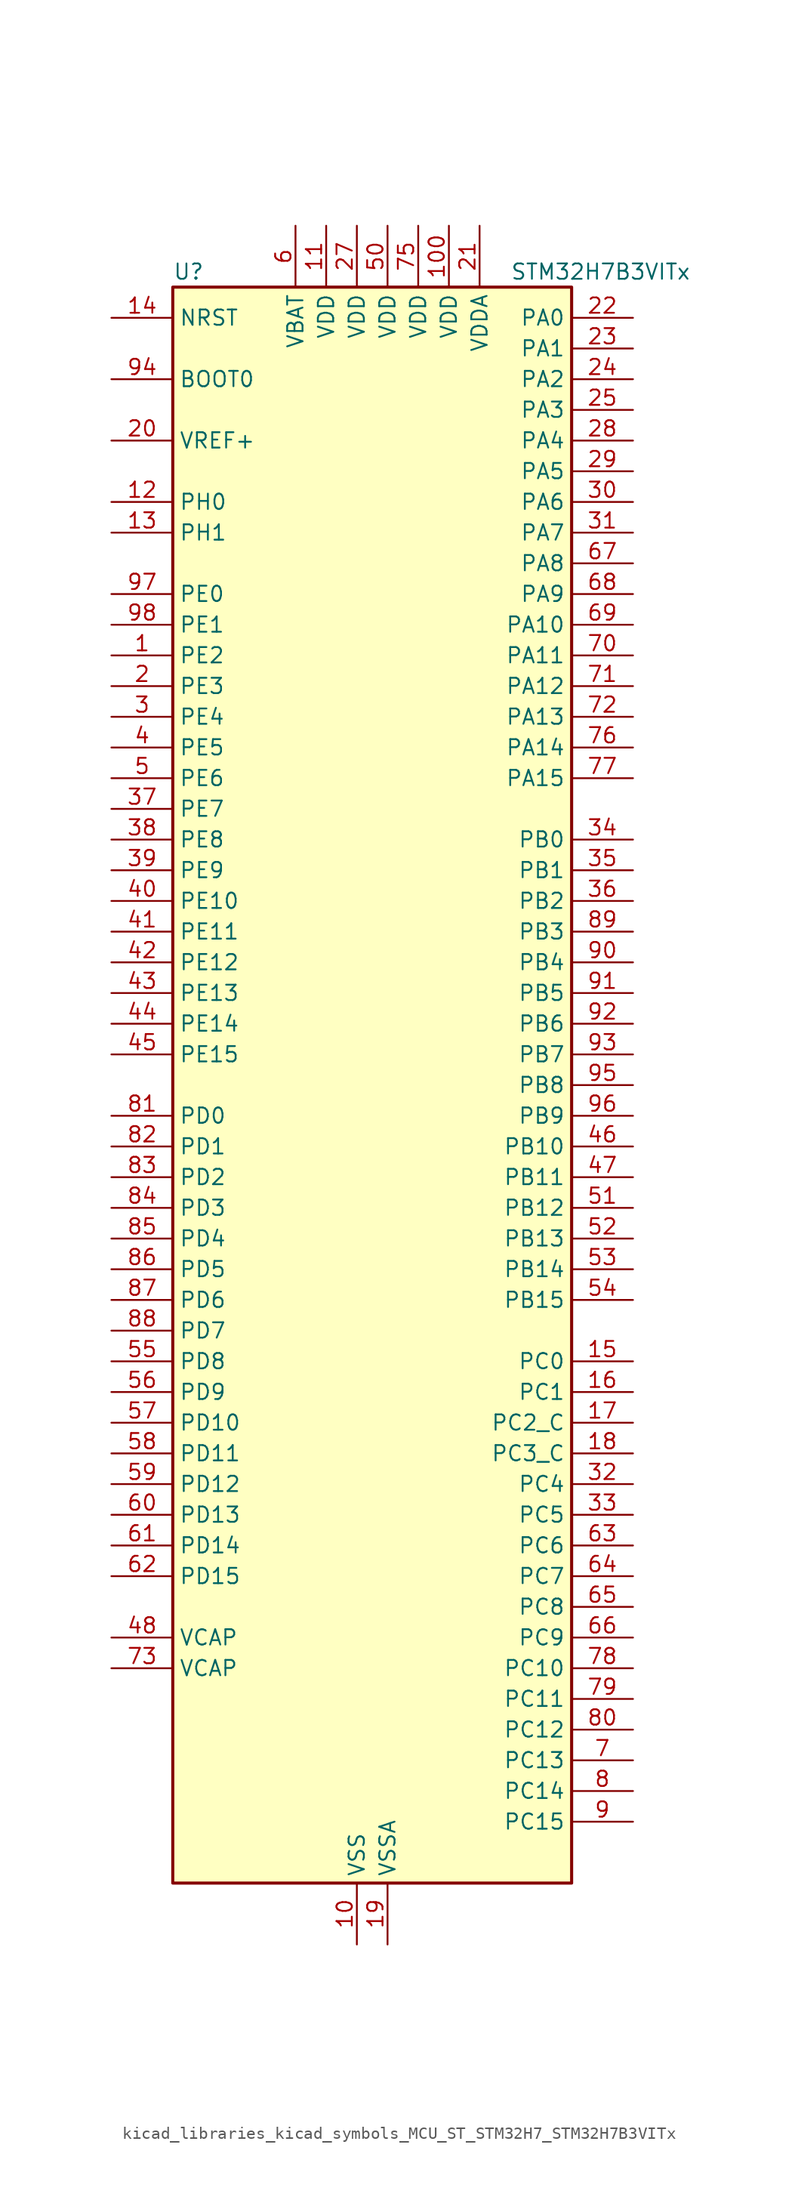
<source format=kicad_sym>
(kicad_symbol_lib
  (version 20220914)
  (generator kicad_symbol_editor)
  (symbol "kicad_libraries_kicad_symbols_MCU_ST_STM32H7_STM32H7B3VITx"
    (property "Reference" "U"
      (at -15.24 67.31 0)
      (effects (font (size 1.27 1.27)) (justify left)))
    (property "Value" "STM32H7B3VITx"
      (at 12.7 67.31 0)
      (effects (font (size 1.27 1.27)) (justify left)))
    (property "ki_locked" ""
      (at 0 0 0)
      (effects (font (size 1.27 1.27))))
    (symbol "kicad_libraries_kicad_symbols_MCU_ST_STM32H7_STM32H7B3VITx_0_1"
      (rectangle (start -15.24 -66.04) (end 17.78 66.04) (stroke (width 0.254) (type default)) (fill (type background))))
    (symbol "kicad_libraries_kicad_symbols_MCU_ST_STM32H7_STM32H7B3VITx_1_1"
      (pin bidirectional line (at -20.32 35.56 0) (length 5.08) (name "PE2" (effects (font (size 1.27 1.27)))) (number "1" (effects (font (size 1.27 1.27)))) (alternate "DEBUG_TRACECLK" bidirectional line) (alternate "FMC_A23" bidirectional line) (alternate "OCTOSPIM_P1_IO2" bidirectional line) (alternate "SAI1_CK1" bidirectional line) (alternate "SAI1_MCLK_A" bidirectional line) (alternate "SPI4_SCK" bidirectional line) (alternate "USART10_RX" bidirectional line))
      (pin power_in line (at 0 -71.12 90) (length 5.08) (name "VSS" (effects (font (size 1.27 1.27)))) (number "10" (effects (font (size 1.27 1.27)))))
      (pin power_in line (at 7.62 71.12 270) (length 5.08) (name "VDD" (effects (font (size 1.27 1.27)))) (number "100" (effects (font (size 1.27 1.27)))))
      (pin power_in line (at -2.54 71.12 270) (length 5.08) (name "VDD" (effects (font (size 1.27 1.27)))) (number "11" (effects (font (size 1.27 1.27)))))
      (pin bidirectional line (at -20.32 48.26 0) (length 5.08) (name "PH0" (effects (font (size 1.27 1.27)))) (number "12" (effects (font (size 1.27 1.27)))) (alternate "RCC_OSC_IN" bidirectional line))
      (pin bidirectional line (at -20.32 45.72 0) (length 5.08) (name "PH1" (effects (font (size 1.27 1.27)))) (number "13" (effects (font (size 1.27 1.27)))) (alternate "RCC_OSC_OUT" bidirectional line))
      (pin input line (at -20.32 63.5 0) (length 5.08) (name "NRST" (effects (font (size 1.27 1.27)))) (number "14" (effects (font (size 1.27 1.27)))))
      (pin bidirectional line (at 22.86 -22.86 180) (length 5.08) (name "PC0" (effects (font (size 1.27 1.27)))) (number "15" (effects (font (size 1.27 1.27)))) (alternate "ADC1_INP10" bidirectional line) (alternate "ADC2_INP10" bidirectional line) (alternate "DFSDM1_CKIN0" bidirectional line) (alternate "DFSDM1_DATIN4" bidirectional line) (alternate "FMC_A25" bidirectional line) (alternate "FMC_SDNWE" bidirectional line) (alternate "LTDC_G2" bidirectional line) (alternate "LTDC_R5" bidirectional line) (alternate "SAI2_FS_B" bidirectional line) (alternate "USB_OTG_HS_ULPI_STP" bidirectional line))
      (pin bidirectional line (at 22.86 -25.4 180) (length 5.08) (name "PC1" (effects (font (size 1.27 1.27)))) (number "16" (effects (font (size 1.27 1.27)))) (alternate "ADC1_INN10" bidirectional line) (alternate "ADC1_INP11" bidirectional line) (alternate "ADC2_INN10" bidirectional line) (alternate "ADC2_INP11" bidirectional line) (alternate "DEBUG_TRACED0" bidirectional line) (alternate "DFSDM1_CKIN4" bidirectional line) (alternate "DFSDM1_DATIN0" bidirectional line) (alternate "I2S2_SDO" bidirectional line) (alternate "LTDC_G5" bidirectional line) (alternate "MDIOS_MDC" bidirectional line) (alternate "OCTOSPIM_P1_IO4" bidirectional line) (alternate "PWR_WKUP6" bidirectional line) (alternate "RTC_TAMP3" bidirectional line) (alternate "SAI1_D1" bidirectional line) (alternate "SAI1_SD_A" bidirectional line) (alternate "SDMMC2_CK" bidirectional line) (alternate "SPI2_MOSI" bidirectional line))
      (pin bidirectional line (at 22.86 -27.94 180) (length 5.08) (name "PC2_C" (effects (font (size 1.27 1.27)))) (number "17" (effects (font (size 1.27 1.27)))) (alternate "ADC2_INN1" bidirectional line) (alternate "ADC2_INP0" bidirectional line) (alternate "DFSDM1_CKIN1" bidirectional line) (alternate "DFSDM1_CKOUT" bidirectional line) (alternate "FMC_SDNE0" bidirectional line) (alternate "I2S2_SDI" bidirectional line) (alternate "OCTOSPIM_P1_IO2" bidirectional line) (alternate "OCTOSPIM_P1_IO5" bidirectional line) (alternate "PWR_CSTOP" bidirectional line) (alternate "SPI2_MISO" bidirectional line) (alternate "USB_OTG_HS_ULPI_DIR" bidirectional line))
      (pin bidirectional line (at 22.86 -30.48 180) (length 5.08) (name "PC3_C" (effects (font (size 1.27 1.27)))) (number "18" (effects (font (size 1.27 1.27)))) (alternate "ADC2_INP1" bidirectional line) (alternate "DFSDM1_DATIN1" bidirectional line) (alternate "FMC_SDCKE0" bidirectional line) (alternate "I2S2_SDO" bidirectional line) (alternate "OCTOSPIM_P1_IO0" bidirectional line) (alternate "OCTOSPIM_P1_IO6" bidirectional line) (alternate "PWR_CSLEEP" bidirectional line) (alternate "SPI2_MOSI" bidirectional line) (alternate "USB_OTG_HS_ULPI_NXT" bidirectional line))
      (pin power_in line (at 2.54 -71.12 90) (length 5.08) (name "VSSA" (effects (font (size 1.27 1.27)))) (number "19" (effects (font (size 1.27 1.27)))))
      (pin bidirectional line (at -20.32 33.02 0) (length 5.08) (name "PE3" (effects (font (size 1.27 1.27)))) (number "2" (effects (font (size 1.27 1.27)))) (alternate "DEBUG_TRACED0" bidirectional line) (alternate "FMC_A19" bidirectional line) (alternate "SAI1_SD_B" bidirectional line) (alternate "TIM15_BKIN" bidirectional line) (alternate "USART10_TX" bidirectional line))
      (pin input line (at -20.32 53.34 0) (length 5.08) (name "VREF+" (effects (font (size 1.27 1.27)))) (number "20" (effects (font (size 1.27 1.27)))) (alternate "VREFBUF_OUT" bidirectional line))
      (pin power_in line (at 10.16 71.12 270) (length 5.08) (name "VDDA" (effects (font (size 1.27 1.27)))) (number "21" (effects (font (size 1.27 1.27)))))
      (pin bidirectional line (at 22.86 63.5 180) (length 5.08) (name "PA0" (effects (font (size 1.27 1.27)))) (number "22" (effects (font (size 1.27 1.27)))) (alternate "ADC1_INP16" bidirectional line) (alternate "I2S6_WS" bidirectional line) (alternate "PWR_WKUP1" bidirectional line) (alternate "SAI2_SD_B" bidirectional line) (alternate "SDMMC2_CMD" bidirectional line) (alternate "SPI6_NSS" bidirectional line) (alternate "TIM15_BKIN" bidirectional line) (alternate "TIM2_CH1" bidirectional line) (alternate "TIM2_ETR" bidirectional line) (alternate "TIM5_CH1" bidirectional line) (alternate "TIM8_ETR" bidirectional line) (alternate "UART4_TX" bidirectional line) (alternate "USART2_CTS" bidirectional line) (alternate "USART2_NSS" bidirectional line))
      (pin bidirectional line (at 22.86 60.96 180) (length 5.08) (name "PA1" (effects (font (size 1.27 1.27)))) (number "23" (effects (font (size 1.27 1.27)))) (alternate "ADC1_INN16" bidirectional line) (alternate "ADC1_INP17" bidirectional line) (alternate "LPTIM3_OUT" bidirectional line) (alternate "LTDC_R2" bidirectional line) (alternate "OCTOSPIM_P1_DQS" bidirectional line) (alternate "OCTOSPIM_P1_IO3" bidirectional line) (alternate "SAI2_MCLK_B" bidirectional line) (alternate "TIM15_CH1N" bidirectional line) (alternate "TIM2_CH2" bidirectional line) (alternate "TIM5_CH2" bidirectional line) (alternate "UART4_RX" bidirectional line) (alternate "USART2_DE" bidirectional line) (alternate "USART2_RTS" bidirectional line))
      (pin bidirectional line (at 22.86 58.42 180) (length 5.08) (name "PA2" (effects (font (size 1.27 1.27)))) (number "24" (effects (font (size 1.27 1.27)))) (alternate "ADC1_INP14" bidirectional line) (alternate "DFSDM2_CKIN1" bidirectional line) (alternate "LTDC_R1" bidirectional line) (alternate "MDIOS_MDIO" bidirectional line) (alternate "PWR_WKUP2" bidirectional line) (alternate "SAI2_SCK_B" bidirectional line) (alternate "TIM15_CH1" bidirectional line) (alternate "TIM2_CH3" bidirectional line) (alternate "TIM5_CH3" bidirectional line) (alternate "USART2_TX" bidirectional line))
      (pin bidirectional line (at 22.86 55.88 180) (length 5.08) (name "PA3" (effects (font (size 1.27 1.27)))) (number "25" (effects (font (size 1.27 1.27)))) (alternate "ADC1_INP15" bidirectional line) (alternate "I2S6_MCK" bidirectional line) (alternate "LTDC_B2" bidirectional line) (alternate "LTDC_B5" bidirectional line) (alternate "OCTOSPIM_P1_CLK" bidirectional line) (alternate "TIM15_CH2" bidirectional line) (alternate "TIM2_CH4" bidirectional line) (alternate "TIM5_CH4" bidirectional line) (alternate "USART2_RX" bidirectional line) (alternate "USB_OTG_HS_ULPI_D0" bidirectional line))
      (pin passive line (at 0 -71.12 90) (length 5.08) hide (name "VSS" (effects (font (size 1.27 1.27)))) (number "26" (effects (font (size 1.27 1.27)))))
      (pin power_in line (at 0 71.12 270) (length 5.08) (name "VDD" (effects (font (size 1.27 1.27)))) (number "27" (effects (font (size 1.27 1.27)))))
      (pin bidirectional line (at 22.86 53.34 180) (length 5.08) (name "PA4" (effects (font (size 1.27 1.27)))) (number "28" (effects (font (size 1.27 1.27)))) (alternate "ADC1_INP18" bidirectional line) (alternate "DAC1_OUT1" bidirectional line) (alternate "DCMI_HSYNC" bidirectional line) (alternate "I2S1_WS" bidirectional line) (alternate "I2S3_WS" bidirectional line) (alternate "I2S6_WS" bidirectional line) (alternate "LTDC_VSYNC" bidirectional line) (alternate "PSSI_DE" bidirectional line) (alternate "SPI1_NSS" bidirectional line) (alternate "SPI3_NSS" bidirectional line) (alternate "SPI6_NSS" bidirectional line) (alternate "TIM5_ETR" bidirectional line) (alternate "USART2_CK" bidirectional line))
      (pin bidirectional line (at 22.86 50.8 180) (length 5.08) (name "PA5" (effects (font (size 1.27 1.27)))) (number "29" (effects (font (size 1.27 1.27)))) (alternate "ADC1_INN18" bidirectional line) (alternate "ADC1_INP19" bidirectional line) (alternate "DAC1_OUT2" bidirectional line) (alternate "I2S1_CK" bidirectional line) (alternate "I2S6_CK" bidirectional line) (alternate "LTDC_R4" bidirectional line) (alternate "PSSI_D14" bidirectional line) (alternate "PWR_NDSTOP2" bidirectional line) (alternate "SPI1_SCK" bidirectional line) (alternate "SPI6_SCK" bidirectional line) (alternate "TIM2_CH1" bidirectional line) (alternate "TIM2_ETR" bidirectional line) (alternate "TIM8_CH1N" bidirectional line) (alternate "USB_OTG_HS_ULPI_CK" bidirectional line))
      (pin bidirectional line (at -20.32 30.48 0) (length 5.08) (name "PE4" (effects (font (size 1.27 1.27)))) (number "3" (effects (font (size 1.27 1.27)))) (alternate "DCMI_D4" bidirectional line) (alternate "DEBUG_TRACED1" bidirectional line) (alternate "DFSDM1_DATIN3" bidirectional line) (alternate "FMC_A20" bidirectional line) (alternate "LTDC_B0" bidirectional line) (alternate "PSSI_D4" bidirectional line) (alternate "SAI1_D2" bidirectional line) (alternate "SAI1_FS_A" bidirectional line) (alternate "SPI4_NSS" bidirectional line) (alternate "TIM15_CH1N" bidirectional line))
      (pin bidirectional line (at 22.86 48.26 180) (length 5.08) (name "PA6" (effects (font (size 1.27 1.27)))) (number "30" (effects (font (size 1.27 1.27)))) (alternate "ADC1_INP3" bidirectional line) (alternate "ADC2_INP3" bidirectional line) (alternate "DAC2_OUT1" bidirectional line) (alternate "DCMI_PIXCLK" bidirectional line) (alternate "I2S1_SDI" bidirectional line) (alternate "I2S6_SDI" bidirectional line) (alternate "LTDC_G2" bidirectional line) (alternate "MDIOS_MDC" bidirectional line) (alternate "OCTOSPIM_P1_IO3" bidirectional line) (alternate "PSSI_PDCK" bidirectional line) (alternate "SPI1_MISO" bidirectional line) (alternate "SPI6_MISO" bidirectional line) (alternate "TIM13_CH1" bidirectional line) (alternate "TIM1_BKIN" bidirectional line) (alternate "TIM1_BKIN_COMP1" bidirectional line) (alternate "TIM1_BKIN_COMP2" bidirectional line) (alternate "TIM3_CH1" bidirectional line) (alternate "TIM8_BKIN" bidirectional line) (alternate "TIM8_BKIN_COMP1" bidirectional line) (alternate "TIM8_BKIN_COMP2" bidirectional line))
      (pin bidirectional line (at 22.86 45.72 180) (length 5.08) (name "PA7" (effects (font (size 1.27 1.27)))) (number "31" (effects (font (size 1.27 1.27)))) (alternate "ADC1_INN3" bidirectional line) (alternate "ADC1_INP7" bidirectional line) (alternate "ADC2_INN3" bidirectional line) (alternate "ADC2_INP7" bidirectional line) (alternate "DFSDM2_DATIN1" bidirectional line) (alternate "FMC_SDNWE" bidirectional line) (alternate "I2S1_SDO" bidirectional line) (alternate "I2S6_SDO" bidirectional line) (alternate "LTDC_VSYNC" bidirectional line) (alternate "OCTOSPIM_P1_IO2" bidirectional line) (alternate "OPAMP1_VINM" bidirectional line) (alternate "SPI1_MOSI" bidirectional line) (alternate "SPI6_MOSI" bidirectional line) (alternate "TIM14_CH1" bidirectional line) (alternate "TIM1_CH1N" bidirectional line) (alternate "TIM3_CH2" bidirectional line) (alternate "TIM8_CH1N" bidirectional line))
      (pin bidirectional line (at 22.86 -33.02 180) (length 5.08) (name "PC4" (effects (font (size 1.27 1.27)))) (number "32" (effects (font (size 1.27 1.27)))) (alternate "ADC1_INP4" bidirectional line) (alternate "ADC2_INP4" bidirectional line) (alternate "COMP1_INM" bidirectional line) (alternate "DFSDM1_CKIN2" bidirectional line) (alternate "FMC_SDNE0" bidirectional line) (alternate "I2S1_MCK" bidirectional line) (alternate "LTDC_R7" bidirectional line) (alternate "OPAMP1_VOUT" bidirectional line) (alternate "SPDIFRX_IN2" bidirectional line))
      (pin bidirectional line (at 22.86 -35.56 180) (length 5.08) (name "PC5" (effects (font (size 1.27 1.27)))) (number "33" (effects (font (size 1.27 1.27)))) (alternate "ADC1_INN4" bidirectional line) (alternate "ADC1_INP8" bidirectional line) (alternate "ADC2_INN4" bidirectional line) (alternate "ADC2_INP8" bidirectional line) (alternate "COMP1_OUT" bidirectional line) (alternate "DFSDM1_DATIN2" bidirectional line) (alternate "FMC_SDCKE0" bidirectional line) (alternate "LTDC_DE" bidirectional line) (alternate "OCTOSPIM_P1_DQS" bidirectional line) (alternate "OPAMP1_VINM" bidirectional line) (alternate "PSSI_D15" bidirectional line) (alternate "SAI1_D3" bidirectional line) (alternate "SPDIFRX_IN3" bidirectional line))
      (pin bidirectional line (at 22.86 20.32 180) (length 5.08) (name "PB0" (effects (font (size 1.27 1.27)))) (number "34" (effects (font (size 1.27 1.27)))) (alternate "ADC1_INN5" bidirectional line) (alternate "ADC1_INP9" bidirectional line) (alternate "ADC2_INN5" bidirectional line) (alternate "ADC2_INP9" bidirectional line) (alternate "COMP1_INP" bidirectional line) (alternate "DFSDM1_CKOUT" bidirectional line) (alternate "DFSDM2_CKOUT" bidirectional line) (alternate "LTDC_G1" bidirectional line) (alternate "LTDC_R3" bidirectional line) (alternate "OCTOSPIM_P1_IO1" bidirectional line) (alternate "OPAMP1_VINP" bidirectional line) (alternate "TIM1_CH2N" bidirectional line) (alternate "TIM3_CH3" bidirectional line) (alternate "TIM8_CH2N" bidirectional line) (alternate "UART4_CTS" bidirectional line) (alternate "USB_OTG_HS_ULPI_D1" bidirectional line))
      (pin bidirectional line (at 22.86 17.78 180) (length 5.08) (name "PB1" (effects (font (size 1.27 1.27)))) (number "35" (effects (font (size 1.27 1.27)))) (alternate "ADC1_INP5" bidirectional line) (alternate "ADC2_INP5" bidirectional line) (alternate "COMP1_INM" bidirectional line) (alternate "DFSDM1_DATIN1" bidirectional line) (alternate "LTDC_G0" bidirectional line) (alternate "LTDC_R6" bidirectional line) (alternate "OCTOSPIM_P1_IO0" bidirectional line) (alternate "TIM1_CH3N" bidirectional line) (alternate "TIM3_CH4" bidirectional line) (alternate "TIM8_CH3N" bidirectional line) (alternate "USB_OTG_HS_ULPI_D2" bidirectional line))
      (pin bidirectional line (at 22.86 15.24 180) (length 5.08) (name "PB2" (effects (font (size 1.27 1.27)))) (number "36" (effects (font (size 1.27 1.27)))) (alternate "COMP1_INP" bidirectional line) (alternate "DFSDM1_CKIN1" bidirectional line) (alternate "I2S3_SDO" bidirectional line) (alternate "OCTOSPIM_P1_CLK" bidirectional line) (alternate "OCTOSPIM_P1_DQS" bidirectional line) (alternate "RTC_OUT_ALARM" bidirectional line) (alternate "RTC_OUT_CALIB" bidirectional line) (alternate "SAI1_D1" bidirectional line) (alternate "SAI1_SD_A" bidirectional line) (alternate "SPI3_MOSI" bidirectional line))
      (pin bidirectional line (at -20.32 22.86 0) (length 5.08) (name "PE7" (effects (font (size 1.27 1.27)))) (number "37" (effects (font (size 1.27 1.27)))) (alternate "COMP2_INM" bidirectional line) (alternate "DFSDM1_DATIN2" bidirectional line) (alternate "FMC_D4" bidirectional line) (alternate "FMC_DA4" bidirectional line) (alternate "OCTOSPIM_P1_IO4" bidirectional line) (alternate "OPAMP2_VOUT" bidirectional line) (alternate "TIM1_ETR" bidirectional line) (alternate "UART7_RX" bidirectional line))
      (pin bidirectional line (at -20.32 20.32 0) (length 5.08) (name "PE8" (effects (font (size 1.27 1.27)))) (number "38" (effects (font (size 1.27 1.27)))) (alternate "COMP2_OUT" bidirectional line) (alternate "DFSDM1_CKIN2" bidirectional line) (alternate "FMC_D5" bidirectional line) (alternate "FMC_DA5" bidirectional line) (alternate "OCTOSPIM_P1_IO5" bidirectional line) (alternate "OPAMP2_VINM" bidirectional line) (alternate "TIM1_CH1N" bidirectional line) (alternate "UART7_TX" bidirectional line))
      (pin bidirectional line (at -20.32 17.78 0) (length 5.08) (name "PE9" (effects (font (size 1.27 1.27)))) (number "39" (effects (font (size 1.27 1.27)))) (alternate "COMP2_INP" bidirectional line) (alternate "DAC1_EXTI9" bidirectional line) (alternate "DFSDM1_CKOUT" bidirectional line) (alternate "FMC_D6" bidirectional line) (alternate "FMC_DA6" bidirectional line) (alternate "OCTOSPIM_P1_IO6" bidirectional line) (alternate "OPAMP2_VINP" bidirectional line) (alternate "TIM1_CH1" bidirectional line) (alternate "UART7_DE" bidirectional line) (alternate "UART7_RTS" bidirectional line))
      (pin bidirectional line (at -20.32 27.94 0) (length 5.08) (name "PE5" (effects (font (size 1.27 1.27)))) (number "4" (effects (font (size 1.27 1.27)))) (alternate "DCMI_D6" bidirectional line) (alternate "DEBUG_TRACED2" bidirectional line) (alternate "DFSDM1_CKIN3" bidirectional line) (alternate "FMC_A21" bidirectional line) (alternate "LTDC_G0" bidirectional line) (alternate "PSSI_D6" bidirectional line) (alternate "SAI1_CK2" bidirectional line) (alternate "SAI1_SCK_A" bidirectional line) (alternate "SPI4_MISO" bidirectional line) (alternate "TIM15_CH1" bidirectional line))
      (pin bidirectional line (at -20.32 15.24 0) (length 5.08) (name "PE10" (effects (font (size 1.27 1.27)))) (number "40" (effects (font (size 1.27 1.27)))) (alternate "COMP2_INM" bidirectional line) (alternate "DFSDM1_DATIN4" bidirectional line) (alternate "FMC_D7" bidirectional line) (alternate "FMC_DA7" bidirectional line) (alternate "OCTOSPIM_P1_IO7" bidirectional line) (alternate "TIM1_CH2N" bidirectional line) (alternate "UART7_CTS" bidirectional line))
      (pin bidirectional line (at -20.32 12.7 0) (length 5.08) (name "PE11" (effects (font (size 1.27 1.27)))) (number "41" (effects (font (size 1.27 1.27)))) (alternate "ADC1_EXTI11" bidirectional line) (alternate "ADC2_EXTI11" bidirectional line) (alternate "COMP2_INP" bidirectional line) (alternate "DFSDM1_CKIN4" bidirectional line) (alternate "FMC_D8" bidirectional line) (alternate "FMC_DA8" bidirectional line) (alternate "LTDC_G3" bidirectional line) (alternate "OCTOSPIM_P1_NCS" bidirectional line) (alternate "SAI2_SD_B" bidirectional line) (alternate "SPI4_NSS" bidirectional line) (alternate "TIM1_CH2" bidirectional line))
      (pin bidirectional line (at -20.32 10.16 0) (length 5.08) (name "PE12" (effects (font (size 1.27 1.27)))) (number "42" (effects (font (size 1.27 1.27)))) (alternate "COMP1_OUT" bidirectional line) (alternate "DFSDM1_DATIN5" bidirectional line) (alternate "FMC_D9" bidirectional line) (alternate "FMC_DA9" bidirectional line) (alternate "LTDC_B4" bidirectional line) (alternate "SAI2_SCK_B" bidirectional line) (alternate "SPI4_SCK" bidirectional line) (alternate "TIM1_CH3N" bidirectional line))
      (pin bidirectional line (at -20.32 7.62 0) (length 5.08) (name "PE13" (effects (font (size 1.27 1.27)))) (number "43" (effects (font (size 1.27 1.27)))) (alternate "COMP2_OUT" bidirectional line) (alternate "DFSDM1_CKIN5" bidirectional line) (alternate "FMC_D10" bidirectional line) (alternate "FMC_DA10" bidirectional line) (alternate "LTDC_DE" bidirectional line) (alternate "SAI2_FS_B" bidirectional line) (alternate "SPI4_MISO" bidirectional line) (alternate "TIM1_CH3" bidirectional line))
      (pin bidirectional line (at -20.32 5.08 0) (length 5.08) (name "PE14" (effects (font (size 1.27 1.27)))) (number "44" (effects (font (size 1.27 1.27)))) (alternate "FMC_D11" bidirectional line) (alternate "FMC_DA11" bidirectional line) (alternate "LTDC_CLK" bidirectional line) (alternate "SAI2_MCLK_B" bidirectional line) (alternate "SPI4_MOSI" bidirectional line) (alternate "TIM1_CH4" bidirectional line))
      (pin bidirectional line (at -20.32 2.54 0) (length 5.08) (name "PE15" (effects (font (size 1.27 1.27)))) (number "45" (effects (font (size 1.27 1.27)))) (alternate "ADC1_EXTI15" bidirectional line) (alternate "ADC2_EXTI15" bidirectional line) (alternate "FMC_D12" bidirectional line) (alternate "FMC_DA12" bidirectional line) (alternate "LTDC_R7" bidirectional line) (alternate "TIM1_BKIN" bidirectional line) (alternate "TIM1_BKIN_COMP1" bidirectional line) (alternate "TIM1_BKIN_COMP2" bidirectional line) (alternate "USART10_CK" bidirectional line))
      (pin bidirectional line (at 22.86 -5.08 180) (length 5.08) (name "PB10" (effects (font (size 1.27 1.27)))) (number "46" (effects (font (size 1.27 1.27)))) (alternate "DFSDM1_DATIN7" bidirectional line) (alternate "I2C2_SCL" bidirectional line) (alternate "I2S2_CK" bidirectional line) (alternate "LPTIM2_IN1" bidirectional line) (alternate "LTDC_G4" bidirectional line) (alternate "OCTOSPIM_P1_NCS" bidirectional line) (alternate "SPI2_SCK" bidirectional line) (alternate "TIM2_CH3" bidirectional line) (alternate "USART3_TX" bidirectional line) (alternate "USB_OTG_HS_ULPI_D3" bidirectional line))
      (pin bidirectional line (at 22.86 -7.62 180) (length 5.08) (name "PB11" (effects (font (size 1.27 1.27)))) (number "47" (effects (font (size 1.27 1.27)))) (alternate "ADC1_EXTI11" bidirectional line) (alternate "ADC2_EXTI11" bidirectional line) (alternate "DFSDM1_CKIN7" bidirectional line) (alternate "I2C2_SDA" bidirectional line) (alternate "LPTIM2_ETR" bidirectional line) (alternate "LTDC_G5" bidirectional line) (alternate "TIM2_CH4" bidirectional line) (alternate "USART3_RX" bidirectional line) (alternate "USB_OTG_HS_ULPI_D4" bidirectional line))
      (pin power_out line (at -20.32 -45.72 0) (length 5.08) (name "VCAP" (effects (font (size 1.27 1.27)))) (number "48" (effects (font (size 1.27 1.27)))))
      (pin passive line (at 0 -71.12 90) (length 5.08) hide (name "VSS" (effects (font (size 1.27 1.27)))) (number "49" (effects (font (size 1.27 1.27)))))
      (pin bidirectional line (at -20.32 25.4 0) (length 5.08) (name "PE6" (effects (font (size 1.27 1.27)))) (number "5" (effects (font (size 1.27 1.27)))) (alternate "DCMI_D7" bidirectional line) (alternate "DEBUG_TRACED3" bidirectional line) (alternate "FMC_A22" bidirectional line) (alternate "LTDC_G1" bidirectional line) (alternate "PSSI_D7" bidirectional line) (alternate "SAI1_D1" bidirectional line) (alternate "SAI1_SD_A" bidirectional line) (alternate "SAI2_MCLK_B" bidirectional line) (alternate "SPI4_MOSI" bidirectional line) (alternate "TIM15_CH2" bidirectional line) (alternate "TIM1_BKIN2" bidirectional line) (alternate "TIM1_BKIN2_COMP1" bidirectional line) (alternate "TIM1_BKIN2_COMP2" bidirectional line))
      (pin power_in line (at 2.54 71.12 270) (length 5.08) (name "VDD" (effects (font (size 1.27 1.27)))) (number "50" (effects (font (size 1.27 1.27)))))
      (pin bidirectional line (at 22.86 -10.16 180) (length 5.08) (name "PB12" (effects (font (size 1.27 1.27)))) (number "51" (effects (font (size 1.27 1.27)))) (alternate "DFSDM1_DATIN1" bidirectional line) (alternate "DFSDM2_DATIN1" bidirectional line) (alternate "FDCAN2_RX" bidirectional line) (alternate "I2C2_SMBA" bidirectional line) (alternate "I2S2_WS" bidirectional line) (alternate "OCTOSPIM_P1_NCLK" bidirectional line) (alternate "SPI2_NSS" bidirectional line) (alternate "TIM1_BKIN" bidirectional line) (alternate "TIM1_BKIN_COMP1" bidirectional line) (alternate "TIM1_BKIN_COMP2" bidirectional line) (alternate "UART5_RX" bidirectional line) (alternate "USART3_CK" bidirectional line) (alternate "USB_OTG_HS_ULPI_D5" bidirectional line))
      (pin bidirectional line (at 22.86 -12.7 180) (length 5.08) (name "PB13" (effects (font (size 1.27 1.27)))) (number "52" (effects (font (size 1.27 1.27)))) (alternate "DCMI_D2" bidirectional line) (alternate "DFSDM1_CKIN1" bidirectional line) (alternate "DFSDM2_CKIN1" bidirectional line) (alternate "FDCAN2_TX" bidirectional line) (alternate "I2S2_CK" bidirectional line) (alternate "LPTIM2_OUT" bidirectional line) (alternate "PSSI_D2" bidirectional line) (alternate "SDMMC1_D0" bidirectional line) (alternate "SPI2_SCK" bidirectional line) (alternate "TIM1_CH1N" bidirectional line) (alternate "UART5_TX" bidirectional line) (alternate "USART3_CTS" bidirectional line) (alternate "USART3_NSS" bidirectional line) (alternate "USB_OTG_HS_ULPI_D6" bidirectional line))
      (pin bidirectional line (at 22.86 -15.24 180) (length 5.08) (name "PB14" (effects (font (size 1.27 1.27)))) (number "53" (effects (font (size 1.27 1.27)))) (alternate "DFSDM1_DATIN2" bidirectional line) (alternate "I2S2_SDI" bidirectional line) (alternate "LTDC_CLK" bidirectional line) (alternate "SDMMC2_D0" bidirectional line) (alternate "SPI2_MISO" bidirectional line) (alternate "TIM12_CH1" bidirectional line) (alternate "TIM1_CH2N" bidirectional line) (alternate "TIM8_CH2N" bidirectional line) (alternate "UART4_DE" bidirectional line) (alternate "UART4_RTS" bidirectional line) (alternate "USART1_TX" bidirectional line) (alternate "USART3_DE" bidirectional line) (alternate "USART3_RTS" bidirectional line))
      (pin bidirectional line (at 22.86 -17.78 180) (length 5.08) (name "PB15" (effects (font (size 1.27 1.27)))) (number "54" (effects (font (size 1.27 1.27)))) (alternate "ADC1_EXTI15" bidirectional line) (alternate "ADC2_EXTI15" bidirectional line) (alternate "DFSDM1_CKIN2" bidirectional line) (alternate "I2S2_SDO" bidirectional line) (alternate "LTDC_G7" bidirectional line) (alternate "RTC_REFIN" bidirectional line) (alternate "SDMMC2_D1" bidirectional line) (alternate "SPI2_MOSI" bidirectional line) (alternate "TIM12_CH2" bidirectional line) (alternate "TIM1_CH3N" bidirectional line) (alternate "TIM8_CH3N" bidirectional line) (alternate "UART4_CTS" bidirectional line) (alternate "USART1_RX" bidirectional line))
      (pin bidirectional line (at -20.32 -22.86 0) (length 5.08) (name "PD8" (effects (font (size 1.27 1.27)))) (number "55" (effects (font (size 1.27 1.27)))) (alternate "DFSDM1_CKIN3" bidirectional line) (alternate "FMC_D13" bidirectional line) (alternate "FMC_DA13" bidirectional line) (alternate "SPDIFRX_IN1" bidirectional line) (alternate "USART3_TX" bidirectional line))
      (pin bidirectional line (at -20.32 -25.4 0) (length 5.08) (name "PD9" (effects (font (size 1.27 1.27)))) (number "56" (effects (font (size 1.27 1.27)))) (alternate "DAC1_EXTI9" bidirectional line) (alternate "DFSDM1_DATIN3" bidirectional line) (alternate "FMC_D14" bidirectional line) (alternate "FMC_DA14" bidirectional line) (alternate "USART3_RX" bidirectional line))
      (pin bidirectional line (at -20.32 -27.94 0) (length 5.08) (name "PD10" (effects (font (size 1.27 1.27)))) (number "57" (effects (font (size 1.27 1.27)))) (alternate "DFSDM1_CKOUT" bidirectional line) (alternate "DFSDM2_CKOUT" bidirectional line) (alternate "FMC_D15" bidirectional line) (alternate "FMC_DA15" bidirectional line) (alternate "LTDC_B3" bidirectional line) (alternate "USART3_CK" bidirectional line))
      (pin bidirectional line (at -20.32 -30.48 0) (length 5.08) (name "PD11" (effects (font (size 1.27 1.27)))) (number "58" (effects (font (size 1.27 1.27)))) (alternate "ADC1_EXTI11" bidirectional line) (alternate "ADC2_EXTI11" bidirectional line) (alternate "FMC_A16" bidirectional line) (alternate "FMC_CLE" bidirectional line) (alternate "I2C4_SMBA" bidirectional line) (alternate "LPTIM2_IN2" bidirectional line) (alternate "OCTOSPIM_P1_IO0" bidirectional line) (alternate "SAI2_SD_A" bidirectional line) (alternate "USART3_CTS" bidirectional line) (alternate "USART3_NSS" bidirectional line))
      (pin bidirectional line (at -20.32 -33.02 0) (length 5.08) (name "PD12" (effects (font (size 1.27 1.27)))) (number "59" (effects (font (size 1.27 1.27)))) (alternate "DCMI_D12" bidirectional line) (alternate "FMC_A17" bidirectional line) (alternate "FMC_ALE" bidirectional line) (alternate "I2C4_SCL" bidirectional line) (alternate "LPTIM1_IN1" bidirectional line) (alternate "LPTIM2_IN1" bidirectional line) (alternate "OCTOSPIM_P1_IO1" bidirectional line) (alternate "PSSI_D12" bidirectional line) (alternate "SAI2_FS_A" bidirectional line) (alternate "TIM4_CH1" bidirectional line) (alternate "USART3_DE" bidirectional line) (alternate "USART3_RTS" bidirectional line))
      (pin power_in line (at -5.08 71.12 270) (length 5.08) (name "VBAT" (effects (font (size 1.27 1.27)))) (number "6" (effects (font (size 1.27 1.27)))))
      (pin bidirectional line (at -20.32 -35.56 0) (length 5.08) (name "PD13" (effects (font (size 1.27 1.27)))) (number "60" (effects (font (size 1.27 1.27)))) (alternate "DCMI_D13" bidirectional line) (alternate "FMC_A18" bidirectional line) (alternate "I2C4_SDA" bidirectional line) (alternate "LPTIM1_OUT" bidirectional line) (alternate "OCTOSPIM_P1_IO3" bidirectional line) (alternate "PSSI_D13" bidirectional line) (alternate "SAI2_SCK_A" bidirectional line) (alternate "TIM4_CH2" bidirectional line) (alternate "UART9_DE" bidirectional line) (alternate "UART9_RTS" bidirectional line))
      (pin bidirectional line (at -20.32 -38.1 0) (length 5.08) (name "PD14" (effects (font (size 1.27 1.27)))) (number "61" (effects (font (size 1.27 1.27)))) (alternate "FMC_D0" bidirectional line) (alternate "FMC_DA0" bidirectional line) (alternate "TIM4_CH3" bidirectional line) (alternate "UART8_CTS" bidirectional line) (alternate "UART9_RX" bidirectional line))
      (pin bidirectional line (at -20.32 -40.64 0) (length 5.08) (name "PD15" (effects (font (size 1.27 1.27)))) (number "62" (effects (font (size 1.27 1.27)))) (alternate "ADC1_EXTI15" bidirectional line) (alternate "ADC2_EXTI15" bidirectional line) (alternate "FMC_D1" bidirectional line) (alternate "FMC_DA1" bidirectional line) (alternate "TIM4_CH4" bidirectional line) (alternate "UART8_DE" bidirectional line) (alternate "UART8_RTS" bidirectional line) (alternate "UART9_TX" bidirectional line))
      (pin bidirectional line (at 22.86 -38.1 180) (length 5.08) (name "PC6" (effects (font (size 1.27 1.27)))) (number "63" (effects (font (size 1.27 1.27)))) (alternate "DCMI_D0" bidirectional line) (alternate "DFSDM1_CKIN3" bidirectional line) (alternate "FMC_NWAIT" bidirectional line) (alternate "I2S2_MCK" bidirectional line) (alternate "LTDC_HSYNC" bidirectional line) (alternate "PSSI_D0" bidirectional line) (alternate "SDMMC1_D0DIR" bidirectional line) (alternate "SDMMC1_D6" bidirectional line) (alternate "SDMMC2_D6" bidirectional line) (alternate "SWPMI1_IO" bidirectional line) (alternate "TIM3_CH1" bidirectional line) (alternate "TIM8_CH1" bidirectional line) (alternate "USART6_TX" bidirectional line))
      (pin bidirectional line (at 22.86 -40.64 180) (length 5.08) (name "PC7" (effects (font (size 1.27 1.27)))) (number "64" (effects (font (size 1.27 1.27)))) (alternate "DCMI_D1" bidirectional line) (alternate "DEBUG_TRGIO" bidirectional line) (alternate "DFSDM1_DATIN3" bidirectional line) (alternate "FMC_NE1" bidirectional line) (alternate "I2S3_MCK" bidirectional line) (alternate "LTDC_G6" bidirectional line) (alternate "PSSI_D1" bidirectional line) (alternate "SDMMC1_D123DIR" bidirectional line) (alternate "SDMMC1_D7" bidirectional line) (alternate "SDMMC2_D7" bidirectional line) (alternate "SWPMI1_TX" bidirectional line) (alternate "TIM3_CH2" bidirectional line) (alternate "TIM8_CH2" bidirectional line) (alternate "USART6_RX" bidirectional line))
      (pin bidirectional line (at 22.86 -43.18 180) (length 5.08) (name "PC8" (effects (font (size 1.27 1.27)))) (number "65" (effects (font (size 1.27 1.27)))) (alternate "DCMI_D2" bidirectional line) (alternate "DEBUG_TRACED1" bidirectional line) (alternate "FMC_INT" bidirectional line) (alternate "FMC_NCE" bidirectional line) (alternate "FMC_NE2" bidirectional line) (alternate "PSSI_D2" bidirectional line) (alternate "SDMMC1_D0" bidirectional line) (alternate "SWPMI1_RX" bidirectional line) (alternate "TIM3_CH3" bidirectional line) (alternate "TIM8_CH3" bidirectional line) (alternate "UART5_DE" bidirectional line) (alternate "UART5_RTS" bidirectional line) (alternate "USART6_CK" bidirectional line))
      (pin bidirectional line (at 22.86 -45.72 180) (length 5.08) (name "PC9" (effects (font (size 1.27 1.27)))) (number "66" (effects (font (size 1.27 1.27)))) (alternate "DAC1_EXTI9" bidirectional line) (alternate "DCMI_D3" bidirectional line) (alternate "I2C3_SDA" bidirectional line) (alternate "I2S_CKIN" bidirectional line) (alternate "LTDC_B2" bidirectional line) (alternate "LTDC_G3" bidirectional line) (alternate "OCTOSPIM_P1_IO0" bidirectional line) (alternate "PSSI_D3" bidirectional line) (alternate "RCC_MCO_2" bidirectional line) (alternate "SDMMC1_D1" bidirectional line) (alternate "SWPMI1_SUSPEND" bidirectional line) (alternate "TIM3_CH4" bidirectional line) (alternate "TIM8_CH4" bidirectional line) (alternate "UART5_CTS" bidirectional line))
      (pin bidirectional line (at 22.86 43.18 180) (length 5.08) (name "PA8" (effects (font (size 1.27 1.27)))) (number "67" (effects (font (size 1.27 1.27)))) (alternate "I2C3_SCL" bidirectional line) (alternate "LTDC_B3" bidirectional line) (alternate "LTDC_R6" bidirectional line) (alternate "RCC_MCO_1" bidirectional line) (alternate "TIM1_CH1" bidirectional line) (alternate "TIM8_BKIN2" bidirectional line) (alternate "TIM8_BKIN2_COMP1" bidirectional line) (alternate "TIM8_BKIN2_COMP2" bidirectional line) (alternate "UART7_RX" bidirectional line) (alternate "USART1_CK" bidirectional line) (alternate "USB_OTG_HS_SOF" bidirectional line))
      (pin bidirectional line (at 22.86 40.64 180) (length 5.08) (name "PA9" (effects (font (size 1.27 1.27)))) (number "68" (effects (font (size 1.27 1.27)))) (alternate "DAC1_EXTI9" bidirectional line) (alternate "DCMI_D0" bidirectional line) (alternate "I2C3_SMBA" bidirectional line) (alternate "I2S2_CK" bidirectional line) (alternate "LPUART1_TX" bidirectional line) (alternate "LTDC_R5" bidirectional line) (alternate "PSSI_D0" bidirectional line) (alternate "SPI2_SCK" bidirectional line) (alternate "TIM1_CH2" bidirectional line) (alternate "USART1_TX" bidirectional line) (alternate "USB_OTG_HS_VBUS" bidirectional line))
      (pin bidirectional line (at 22.86 38.1 180) (length 5.08) (name "PA10" (effects (font (size 1.27 1.27)))) (number "69" (effects (font (size 1.27 1.27)))) (alternate "DCMI_D1" bidirectional line) (alternate "LPUART1_RX" bidirectional line) (alternate "LTDC_B1" bidirectional line) (alternate "LTDC_B4" bidirectional line) (alternate "MDIOS_MDIO" bidirectional line) (alternate "PSSI_D1" bidirectional line) (alternate "TIM1_CH3" bidirectional line) (alternate "USART1_RX" bidirectional line) (alternate "USB_OTG_HS_ID" bidirectional line))
      (pin bidirectional line (at 22.86 -55.88 180) (length 5.08) (name "PC13" (effects (font (size 1.27 1.27)))) (number "7" (effects (font (size 1.27 1.27)))) (alternate "PWR_WKUP4" bidirectional line) (alternate "RTC_OUT_ALARM" bidirectional line) (alternate "RTC_OUT_CALIB" bidirectional line) (alternate "RTC_TAMP1" bidirectional line) (alternate "RTC_TS" bidirectional line))
      (pin bidirectional line (at 22.86 35.56 180) (length 5.08) (name "PA11" (effects (font (size 1.27 1.27)))) (number "70" (effects (font (size 1.27 1.27)))) (alternate "ADC1_EXTI11" bidirectional line) (alternate "ADC2_EXTI11" bidirectional line) (alternate "FDCAN1_RX" bidirectional line) (alternate "I2S2_WS" bidirectional line) (alternate "LPUART1_CTS" bidirectional line) (alternate "LTDC_R4" bidirectional line) (alternate "SPI2_NSS" bidirectional line) (alternate "TIM1_CH4" bidirectional line) (alternate "UART4_RX" bidirectional line) (alternate "USART1_CTS" bidirectional line) (alternate "USART1_NSS" bidirectional line) (alternate "USB_OTG_HS_DM" bidirectional line))
      (pin bidirectional line (at 22.86 33.02 180) (length 5.08) (name "PA12" (effects (font (size 1.27 1.27)))) (number "71" (effects (font (size 1.27 1.27)))) (alternate "FDCAN1_TX" bidirectional line) (alternate "I2S2_CK" bidirectional line) (alternate "LPUART1_DE" bidirectional line) (alternate "LPUART1_RTS" bidirectional line) (alternate "LTDC_R5" bidirectional line) (alternate "SAI2_FS_B" bidirectional line) (alternate "SPI2_SCK" bidirectional line) (alternate "TIM1_ETR" bidirectional line) (alternate "UART4_TX" bidirectional line) (alternate "USART1_DE" bidirectional line) (alternate "USART1_RTS" bidirectional line) (alternate "USB_OTG_HS_DP" bidirectional line))
      (pin bidirectional line (at 22.86 30.48 180) (length 5.08) (name "PA13" (effects (font (size 1.27 1.27)))) (number "72" (effects (font (size 1.27 1.27)))) (alternate "DEBUG_JTMS-SWDIO" bidirectional line))
      (pin power_out line (at -20.32 -48.26 0) (length 5.08) (name "VCAP" (effects (font (size 1.27 1.27)))) (number "73" (effects (font (size 1.27 1.27)))))
      (pin passive line (at 0 -71.12 90) (length 5.08) hide (name "VSS" (effects (font (size 1.27 1.27)))) (number "74" (effects (font (size 1.27 1.27)))))
      (pin power_in line (at 5.08 71.12 270) (length 5.08) (name "VDD" (effects (font (size 1.27 1.27)))) (number "75" (effects (font (size 1.27 1.27)))))
      (pin bidirectional line (at 22.86 27.94 180) (length 5.08) (name "PA14" (effects (font (size 1.27 1.27)))) (number "76" (effects (font (size 1.27 1.27)))) (alternate "DEBUG_JTCK-SWCLK" bidirectional line))
      (pin bidirectional line (at 22.86 25.4 180) (length 5.08) (name "PA15" (effects (font (size 1.27 1.27)))) (number "77" (effects (font (size 1.27 1.27)))) (alternate "ADC1_EXTI15" bidirectional line) (alternate "ADC2_EXTI15" bidirectional line) (alternate "CEC" bidirectional line) (alternate "DEBUG_JTDI" bidirectional line) (alternate "I2S1_WS" bidirectional line) (alternate "I2S3_WS" bidirectional line) (alternate "I2S6_WS" bidirectional line) (alternate "LTDC_B6" bidirectional line) (alternate "LTDC_R3" bidirectional line) (alternate "SPI1_NSS" bidirectional line) (alternate "SPI3_NSS" bidirectional line) (alternate "SPI6_NSS" bidirectional line) (alternate "TIM2_CH1" bidirectional line) (alternate "TIM2_ETR" bidirectional line) (alternate "UART4_DE" bidirectional line) (alternate "UART4_RTS" bidirectional line) (alternate "UART7_TX" bidirectional line))
      (pin bidirectional line (at 22.86 -48.26 180) (length 5.08) (name "PC10" (effects (font (size 1.27 1.27)))) (number "78" (effects (font (size 1.27 1.27)))) (alternate "DCMI_D8" bidirectional line) (alternate "DFSDM1_CKIN5" bidirectional line) (alternate "DFSDM2_CKIN0" bidirectional line) (alternate "I2S3_CK" bidirectional line) (alternate "LTDC_B1" bidirectional line) (alternate "LTDC_R2" bidirectional line) (alternate "OCTOSPIM_P1_IO1" bidirectional line) (alternate "PSSI_D8" bidirectional line) (alternate "SDMMC1_D2" bidirectional line) (alternate "SPI3_SCK" bidirectional line) (alternate "SWPMI1_RX" bidirectional line) (alternate "UART4_TX" bidirectional line) (alternate "USART3_TX" bidirectional line))
      (pin bidirectional line (at 22.86 -50.8 180) (length 5.08) (name "PC11" (effects (font (size 1.27 1.27)))) (number "79" (effects (font (size 1.27 1.27)))) (alternate "ADC1_EXTI11" bidirectional line) (alternate "ADC2_EXTI11" bidirectional line) (alternate "DCMI_D4" bidirectional line) (alternate "DFSDM1_DATIN5" bidirectional line) (alternate "DFSDM2_DATIN0" bidirectional line) (alternate "I2S3_SDI" bidirectional line) (alternate "LTDC_B4" bidirectional line) (alternate "OCTOSPIM_P1_NCS" bidirectional line) (alternate "PSSI_D4" bidirectional line) (alternate "SDMMC1_D3" bidirectional line) (alternate "SPI3_MISO" bidirectional line) (alternate "UART4_RX" bidirectional line) (alternate "USART3_RX" bidirectional line))
      (pin bidirectional line (at 22.86 -58.42 180) (length 5.08) (name "PC14" (effects (font (size 1.27 1.27)))) (number "8" (effects (font (size 1.27 1.27)))) (alternate "RCC_OSC32_IN" bidirectional line))
      (pin bidirectional line (at 22.86 -53.34 180) (length 5.08) (name "PC12" (effects (font (size 1.27 1.27)))) (number "80" (effects (font (size 1.27 1.27)))) (alternate "DCMI_D9" bidirectional line) (alternate "DEBUG_TRACED3" bidirectional line) (alternate "DFSDM2_CKOUT" bidirectional line) (alternate "I2S3_SDO" bidirectional line) (alternate "I2S6_CK" bidirectional line) (alternate "LTDC_R6" bidirectional line) (alternate "PSSI_D9" bidirectional line) (alternate "SDMMC1_CK" bidirectional line) (alternate "SPI3_MOSI" bidirectional line) (alternate "SPI6_SCK" bidirectional line) (alternate "TIM15_CH1" bidirectional line) (alternate "UART5_TX" bidirectional line) (alternate "USART3_CK" bidirectional line))
      (pin bidirectional line (at -20.32 -2.54 0) (length 5.08) (name "PD0" (effects (font (size 1.27 1.27)))) (number "81" (effects (font (size 1.27 1.27)))) (alternate "DFSDM1_CKIN6" bidirectional line) (alternate "FDCAN1_RX" bidirectional line) (alternate "FMC_D2" bidirectional line) (alternate "FMC_DA2" bidirectional line) (alternate "LTDC_B1" bidirectional line) (alternate "UART4_RX" bidirectional line) (alternate "UART9_CTS" bidirectional line))
      (pin bidirectional line (at -20.32 -5.08 0) (length 5.08) (name "PD1" (effects (font (size 1.27 1.27)))) (number "82" (effects (font (size 1.27 1.27)))) (alternate "DFSDM1_DATIN6" bidirectional line) (alternate "FDCAN1_TX" bidirectional line) (alternate "FMC_D3" bidirectional line) (alternate "FMC_DA3" bidirectional line) (alternate "UART4_TX" bidirectional line))
      (pin bidirectional line (at -20.32 -7.62 0) (length 5.08) (name "PD2" (effects (font (size 1.27 1.27)))) (number "83" (effects (font (size 1.27 1.27)))) (alternate "DCMI_D11" bidirectional line) (alternate "DEBUG_TRACED2" bidirectional line) (alternate "LTDC_B2" bidirectional line) (alternate "LTDC_B7" bidirectional line) (alternate "PSSI_D11" bidirectional line) (alternate "SDMMC1_CMD" bidirectional line) (alternate "TIM15_BKIN" bidirectional line) (alternate "TIM3_ETR" bidirectional line) (alternate "UART5_RX" bidirectional line))
      (pin bidirectional line (at -20.32 -10.16 0) (length 5.08) (name "PD3" (effects (font (size 1.27 1.27)))) (number "84" (effects (font (size 1.27 1.27)))) (alternate "DCMI_D5" bidirectional line) (alternate "DFSDM1_CKOUT" bidirectional line) (alternate "FMC_CLK" bidirectional line) (alternate "I2S2_CK" bidirectional line) (alternate "LTDC_G7" bidirectional line) (alternate "PSSI_D5" bidirectional line) (alternate "SPI2_SCK" bidirectional line) (alternate "USART2_CTS" bidirectional line) (alternate "USART2_NSS" bidirectional line))
      (pin bidirectional line (at -20.32 -12.7 0) (length 5.08) (name "PD4" (effects (font (size 1.27 1.27)))) (number "85" (effects (font (size 1.27 1.27)))) (alternate "FMC_NOE" bidirectional line) (alternate "OCTOSPIM_P1_IO4" bidirectional line) (alternate "USART2_DE" bidirectional line) (alternate "USART2_RTS" bidirectional line))
      (pin bidirectional line (at -20.32 -15.24 0) (length 5.08) (name "PD5" (effects (font (size 1.27 1.27)))) (number "86" (effects (font (size 1.27 1.27)))) (alternate "FMC_NWE" bidirectional line) (alternate "OCTOSPIM_P1_IO5" bidirectional line) (alternate "USART2_TX" bidirectional line))
      (pin bidirectional line (at -20.32 -17.78 0) (length 5.08) (name "PD6" (effects (font (size 1.27 1.27)))) (number "87" (effects (font (size 1.27 1.27)))) (alternate "DCMI_D10" bidirectional line) (alternate "DFSDM1_CKIN4" bidirectional line) (alternate "DFSDM1_DATIN1" bidirectional line) (alternate "FMC_NWAIT" bidirectional line) (alternate "I2S3_SDO" bidirectional line) (alternate "LTDC_B2" bidirectional line) (alternate "OCTOSPIM_P1_IO6" bidirectional line) (alternate "PSSI_D10" bidirectional line) (alternate "SAI1_D1" bidirectional line) (alternate "SAI1_SD_A" bidirectional line) (alternate "SDMMC2_CK" bidirectional line) (alternate "SPI3_MOSI" bidirectional line) (alternate "USART2_RX" bidirectional line))
      (pin bidirectional line (at -20.32 -20.32 0) (length 5.08) (name "PD7" (effects (font (size 1.27 1.27)))) (number "88" (effects (font (size 1.27 1.27)))) (alternate "DFSDM1_CKIN1" bidirectional line) (alternate "DFSDM1_DATIN4" bidirectional line) (alternate "FMC_NE1" bidirectional line) (alternate "I2S1_SDO" bidirectional line) (alternate "OCTOSPIM_P1_IO7" bidirectional line) (alternate "SDMMC2_CMD" bidirectional line) (alternate "SPDIFRX_IN0" bidirectional line) (alternate "SPI1_MOSI" bidirectional line) (alternate "USART2_CK" bidirectional line))
      (pin bidirectional line (at 22.86 12.7 180) (length 5.08) (name "PB3" (effects (font (size 1.27 1.27)))) (number "89" (effects (font (size 1.27 1.27)))) (alternate "CRS_SYNC" bidirectional line) (alternate "DEBUG_JTDO-SWO" bidirectional line) (alternate "I2S1_CK" bidirectional line) (alternate "I2S3_CK" bidirectional line) (alternate "I2S6_CK" bidirectional line) (alternate "SDMMC2_D2" bidirectional line) (alternate "SPI1_SCK" bidirectional line) (alternate "SPI3_SCK" bidirectional line) (alternate "SPI6_SCK" bidirectional line) (alternate "TIM2_CH2" bidirectional line) (alternate "UART7_RX" bidirectional line))
      (pin bidirectional line (at 22.86 -60.96 180) (length 5.08) (name "PC15" (effects (font (size 1.27 1.27)))) (number "9" (effects (font (size 1.27 1.27)))) (alternate "ADC1_EXTI15" bidirectional line) (alternate "ADC2_EXTI15" bidirectional line) (alternate "RCC_OSC32_OUT" bidirectional line))
      (pin bidirectional line (at 22.86 10.16 180) (length 5.08) (name "PB4" (effects (font (size 1.27 1.27)))) (number "90" (effects (font (size 1.27 1.27)))) (alternate "DEBUG_JTRST" bidirectional line) (alternate "I2S1_SDI" bidirectional line) (alternate "I2S2_WS" bidirectional line) (alternate "I2S3_SDI" bidirectional line) (alternate "I2S6_SDI" bidirectional line) (alternate "SDMMC2_D3" bidirectional line) (alternate "SPI1_MISO" bidirectional line) (alternate "SPI2_NSS" bidirectional line) (alternate "SPI3_MISO" bidirectional line) (alternate "SPI6_MISO" bidirectional line) (alternate "TIM16_BKIN" bidirectional line) (alternate "TIM3_CH1" bidirectional line) (alternate "UART7_TX" bidirectional line))
      (pin bidirectional line (at 22.86 7.62 180) (length 5.08) (name "PB5" (effects (font (size 1.27 1.27)))) (number "91" (effects (font (size 1.27 1.27)))) (alternate "DCMI_D10" bidirectional line) (alternate "FDCAN2_RX" bidirectional line) (alternate "FMC_SDCKE1" bidirectional line) (alternate "I2C1_SMBA" bidirectional line) (alternate "I2C4_SMBA" bidirectional line) (alternate "I2S1_SDO" bidirectional line) (alternate "I2S3_SDO" bidirectional line) (alternate "I2S6_SDO" bidirectional line) (alternate "LTDC_B5" bidirectional line) (alternate "PSSI_D10" bidirectional line) (alternate "SPI1_MOSI" bidirectional line) (alternate "SPI3_MOSI" bidirectional line) (alternate "SPI6_MOSI" bidirectional line) (alternate "TIM17_BKIN" bidirectional line) (alternate "TIM3_CH2" bidirectional line) (alternate "UART5_RX" bidirectional line) (alternate "USB_OTG_HS_ULPI_D7" bidirectional line))
      (pin bidirectional line (at 22.86 5.08 180) (length 5.08) (name "PB6" (effects (font (size 1.27 1.27)))) (number "92" (effects (font (size 1.27 1.27)))) (alternate "CEC" bidirectional line) (alternate "DCMI_D5" bidirectional line) (alternate "DFSDM1_DATIN5" bidirectional line) (alternate "FDCAN2_TX" bidirectional line) (alternate "FMC_SDNE1" bidirectional line) (alternate "I2C1_SCL" bidirectional line) (alternate "I2C4_SCL" bidirectional line) (alternate "LPUART1_TX" bidirectional line) (alternate "OCTOSPIM_P1_NCS" bidirectional line) (alternate "PSSI_D5" bidirectional line) (alternate "TIM16_CH1N" bidirectional line) (alternate "TIM4_CH1" bidirectional line) (alternate "UART5_TX" bidirectional line) (alternate "USART1_TX" bidirectional line))
      (pin bidirectional line (at 22.86 2.54 180) (length 5.08) (name "PB7" (effects (font (size 1.27 1.27)))) (number "93" (effects (font (size 1.27 1.27)))) (alternate "DCMI_VSYNC" bidirectional line) (alternate "DFSDM1_CKIN5" bidirectional line) (alternate "FMC_NL" bidirectional line) (alternate "I2C1_SDA" bidirectional line) (alternate "I2C4_SDA" bidirectional line) (alternate "LPUART1_RX" bidirectional line) (alternate "PSSI_RDY" bidirectional line) (alternate "PWR_PVD_IN" bidirectional line) (alternate "TIM17_CH1N" bidirectional line) (alternate "TIM4_CH2" bidirectional line) (alternate "USART1_RX" bidirectional line))
      (pin input line (at -20.32 58.42 0) (length 5.08) (name "BOOT0" (effects (font (size 1.27 1.27)))) (number "94" (effects (font (size 1.27 1.27)))))
      (pin bidirectional line (at 22.86 0 180) (length 5.08) (name "PB8" (effects (font (size 1.27 1.27)))) (number "95" (effects (font (size 1.27 1.27)))) (alternate "DCMI_D6" bidirectional line) (alternate "DFSDM1_CKIN7" bidirectional line) (alternate "FDCAN1_RX" bidirectional line) (alternate "I2C1_SCL" bidirectional line) (alternate "I2C4_SCL" bidirectional line) (alternate "LTDC_B6" bidirectional line) (alternate "PSSI_D6" bidirectional line) (alternate "SDMMC1_CKIN" bidirectional line) (alternate "SDMMC1_D4" bidirectional line) (alternate "SDMMC2_D4" bidirectional line) (alternate "TIM16_CH1" bidirectional line) (alternate "TIM4_CH3" bidirectional line) (alternate "UART4_RX" bidirectional line))
      (pin bidirectional line (at 22.86 -2.54 180) (length 5.08) (name "PB9" (effects (font (size 1.27 1.27)))) (number "96" (effects (font (size 1.27 1.27)))) (alternate "DAC1_EXTI9" bidirectional line) (alternate "DCMI_D7" bidirectional line) (alternate "DFSDM1_DATIN7" bidirectional line) (alternate "FDCAN1_TX" bidirectional line) (alternate "I2C1_SDA" bidirectional line) (alternate "I2C4_SDA" bidirectional line) (alternate "I2C4_SMBA" bidirectional line) (alternate "I2S2_WS" bidirectional line) (alternate "LTDC_B7" bidirectional line) (alternate "PSSI_D7" bidirectional line) (alternate "SDMMC1_CDIR" bidirectional line) (alternate "SDMMC1_D5" bidirectional line) (alternate "SDMMC2_D5" bidirectional line) (alternate "SPI2_NSS" bidirectional line) (alternate "TIM17_CH1" bidirectional line) (alternate "TIM4_CH4" bidirectional line) (alternate "UART4_TX" bidirectional line))
      (pin bidirectional line (at -20.32 40.64 0) (length 5.08) (name "PE0" (effects (font (size 1.27 1.27)))) (number "97" (effects (font (size 1.27 1.27)))) (alternate "DCMI_D2" bidirectional line) (alternate "FMC_NBL0" bidirectional line) (alternate "LPTIM1_ETR" bidirectional line) (alternate "LPTIM2_ETR" bidirectional line) (alternate "LTDC_R0" bidirectional line) (alternate "PSSI_D2" bidirectional line) (alternate "SAI2_MCLK_A" bidirectional line) (alternate "TIM4_ETR" bidirectional line) (alternate "UART8_RX" bidirectional line))
      (pin bidirectional line (at -20.32 38.1 0) (length 5.08) (name "PE1" (effects (font (size 1.27 1.27)))) (number "98" (effects (font (size 1.27 1.27)))) (alternate "DCMI_D3" bidirectional line) (alternate "FMC_NBL1" bidirectional line) (alternate "LPTIM1_IN2" bidirectional line) (alternate "LTDC_R6" bidirectional line) (alternate "PSSI_D3" bidirectional line) (alternate "UART8_TX" bidirectional line))
      (pin passive line (at 0 -71.12 90) (length 5.08) hide (name "VSS" (effects (font (size 1.27 1.27)))) (number "99" (effects (font (size 1.27 1.27))))))))
</source>
